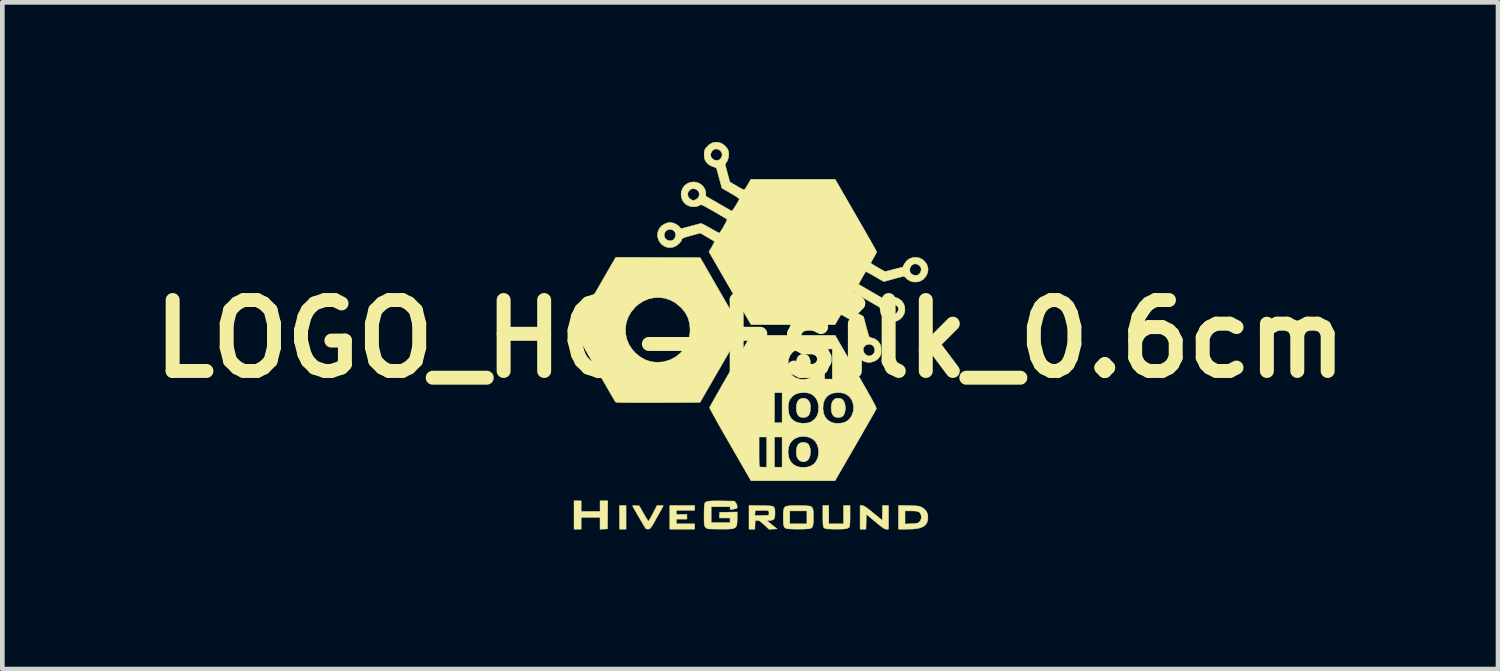
<source format=kicad_pcb>
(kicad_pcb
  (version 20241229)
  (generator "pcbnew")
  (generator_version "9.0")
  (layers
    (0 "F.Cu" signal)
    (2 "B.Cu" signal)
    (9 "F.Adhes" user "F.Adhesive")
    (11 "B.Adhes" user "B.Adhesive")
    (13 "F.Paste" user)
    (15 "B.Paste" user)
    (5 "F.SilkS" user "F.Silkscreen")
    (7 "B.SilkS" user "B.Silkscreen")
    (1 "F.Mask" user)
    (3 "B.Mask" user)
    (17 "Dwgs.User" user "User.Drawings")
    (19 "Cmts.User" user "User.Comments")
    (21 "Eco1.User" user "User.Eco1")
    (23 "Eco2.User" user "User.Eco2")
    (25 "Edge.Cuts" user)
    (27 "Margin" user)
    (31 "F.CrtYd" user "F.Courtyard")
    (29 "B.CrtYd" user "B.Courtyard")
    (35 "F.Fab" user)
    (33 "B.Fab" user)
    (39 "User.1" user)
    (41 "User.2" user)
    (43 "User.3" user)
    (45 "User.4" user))
  (footprint "LOGO_HG-Fsilk_0.6cm"
    (layer "F.Cu")
    (at 13.07 4.232)
    (property "Reference" "LOGO_HG-Fsilk_0.6cm" (at 0 0 0) (layer "F.SilkS") (effects (font (size 1.524 1.524) (thickness 0.3))))
    (attr through_hole)
    (fp_poly (pts (xy -2.667 4.089) (xy -2.807 4.089) (xy -2.807 3.581) (xy -2.667 3.581) (xy -2.667 4.089)) (stroke (width 0.01) (type solid)) (fill yes) (layer "F.SilkS"))
    (fp_poly (pts (xy -1.194 3.683) (xy -1.587 3.683) (xy -1.587 3.772) (xy -1.359 3.772) (xy -1.359 3.873) (xy -1.587 3.873) (xy -1.587 3.975) (xy -1.194 3.975) (xy -1.194 4.089) (xy -1.727 4.089) (xy -1.727 3.581) (xy -1.194 3.581) (xy -1.194 3.683)) (stroke (width 0.01) (type solid)) (fill yes) (layer "F.SilkS"))
    (fp_poly (pts (xy -3.632 3.708) (xy -3.226 3.708) (xy -3.226 3.48) (xy -3.06 3.48) (xy -3.064 3.781) (xy -3.067 4.083) (xy -3.226 4.091) (xy -3.226 3.835) (xy -3.632 3.835) (xy -3.632 4.089) (xy -3.785 4.089) (xy -3.785 3.48) (xy -3.632 3.48) (xy -3.632 3.708)) (stroke (width 0.01) (type solid)) (fill yes) (layer "F.SilkS"))
    (fp_poly (pts (xy 1.203 0.339) (xy 1.247 0.368) (xy 1.277 0.416) (xy 1.293 0.484) (xy 1.295 0.539) (xy 1.287 0.618) (xy 1.264 0.68) (xy 1.226 0.723) (xy 1.176 0.746) (xy 1.143 0.749) (xy 1.093 0.74) (xy 1.062 0.723) (xy 1.024 0.683) (xy 1.001 0.634) (xy 0.991 0.569) (xy 0.991 0.539) (xy 0.997 0.457) (xy 1.018 0.396) (xy 1.053 0.355) (xy 1.103 0.334) (xy 1.143 0.33) (xy 1.203 0.339)) (stroke (width 0.01) (type solid)) (fill yes) (layer "F.SilkS"))
    (fp_poly (pts (xy 1.203 2.232) (xy 1.247 2.26) (xy 1.277 2.308) (xy 1.293 2.376) (xy 1.295 2.431) (xy 1.287 2.51) (xy 1.264 2.572) (xy 1.226 2.615) (xy 1.176 2.638) (xy 1.143 2.642) (xy 1.093 2.632) (xy 1.062 2.615) (xy 1.024 2.575) (xy 1.001 2.526) (xy 0.991 2.461) (xy 0.991 2.431) (xy 0.997 2.35) (xy 1.018 2.288) (xy 1.053 2.248) (xy 1.103 2.226) (xy 1.143 2.223) (xy 1.203 2.232)) (stroke (width 0.01) (type solid)) (fill yes) (layer "F.SilkS"))
    (fp_poly (pts (xy 1.183 1.278) (xy 1.23 1.303) (xy 1.266 1.345) (xy 1.283 1.376) (xy 1.292 1.412) (xy 1.295 1.461) (xy 1.295 1.475) (xy 1.289 1.558) (xy 1.271 1.62) (xy 1.238 1.661) (xy 1.192 1.684) (xy 1.143 1.689) (xy 1.098 1.684) (xy 1.061 1.672) (xy 1.056 1.668) (xy 1.021 1.629) (xy 0.999 1.569) (xy 0.991 1.491) (xy 0.991 1.486) (xy 0.998 1.404) (xy 1.021 1.341) (xy 1.06 1.299) (xy 1.113 1.277) (xy 1.126 1.275) (xy 1.183 1.278)) (stroke (width 0.01) (type solid)) (fill yes) (layer "F.SilkS"))
    (fp_poly (pts (xy 1.922 1.277) (xy 1.967 1.293) (xy 1.984 1.304) (xy 2.016 1.348) (xy 2.037 1.405) (xy 2.045 1.471) (xy 2.042 1.538) (xy 2.027 1.599) (xy 2 1.648) (xy 1.977 1.67) (xy 1.94 1.684) (xy 1.892 1.689) (xy 1.843 1.683) (xy 1.806 1.669) (xy 1.805 1.668) (xy 1.77 1.629) (xy 1.748 1.568) (xy 1.74 1.486) (xy 1.74 1.475) (xy 1.748 1.397) (xy 1.773 1.336) (xy 1.815 1.294) (xy 1.829 1.286) (xy 1.872 1.275) (xy 1.922 1.277)) (stroke (width 0.01) (type solid)) (fill yes) (layer "F.SilkS"))
    (fp_poly (pts (xy 2.423 3.584) (xy 2.444 3.592) (xy 2.472 3.608) (xy 2.509 3.633) (xy 2.558 3.671) (xy 2.622 3.723) (xy 2.643 3.74) (xy 2.838 3.899) (xy 2.842 3.74) (xy 2.846 3.581) (xy 2.972 3.581) (xy 2.972 4.089) (xy 2.927 4.089) (xy 2.909 4.087) (xy 2.889 4.08) (xy 2.864 4.066) (xy 2.83 4.042) (xy 2.785 4.007) (xy 2.725 3.958) (xy 2.689 3.928) (xy 2.496 3.767) (xy 2.492 3.928) (xy 2.488 4.089) (xy 2.362 4.089) (xy 2.362 3.581) (xy 2.405 3.581) (xy 2.423 3.584)) (stroke (width 0.01) (type solid)) (fill yes) (layer "F.SilkS"))
    (fp_poly (pts (xy 1.689 3.975) (xy 2.007 3.975) (xy 2.007 3.581) (xy 2.146 3.581) (xy 2.146 3.798) (xy 2.146 3.871) (xy 2.144 3.937) (xy 2.141 3.99) (xy 2.137 4.025) (xy 2.134 4.038) (xy 2.118 4.057) (xy 2.092 4.07) (xy 2.051 4.08) (xy 1.994 4.086) (xy 1.917 4.088) (xy 1.849 4.088) (xy 1.78 4.087) (xy 1.718 4.085) (xy 1.67 4.084) (xy 1.639 4.081) (xy 1.632 4.08) (xy 1.608 4.073) (xy 1.591 4.063) (xy 1.578 4.046) (xy 1.57 4.019) (xy 1.565 3.979) (xy 1.563 3.921) (xy 1.562 3.843) (xy 1.562 3.808) (xy 1.562 3.581) (xy 1.689 3.581) (xy 1.689 3.975)) (stroke (width 0.01) (type solid)) (fill yes) (layer "F.SilkS"))
    (fp_poly (pts (xy 3.407 3.583) (xy 3.488 3.585) (xy 3.548 3.588) (xy 3.592 3.591) (xy 3.625 3.596) (xy 3.651 3.603) (xy 3.675 3.613) (xy 3.689 3.62) (xy 3.753 3.664) (xy 3.796 3.723) (xy 3.818 3.794) (xy 3.818 3.875) (xy 3.816 3.886) (xy 3.8 3.945) (xy 3.771 3.992) (xy 3.727 4.029) (xy 3.667 4.057) (xy 3.589 4.075) (xy 3.49 4.086) (xy 3.368 4.089) (xy 3.357 4.089) (xy 3.188 4.089) (xy 3.188 3.696) (xy 3.327 3.696) (xy 3.327 3.978) (xy 3.458 3.973) (xy 3.529 3.969) (xy 3.579 3.962) (xy 3.611 3.953) (xy 3.622 3.947) (xy 3.657 3.91) (xy 3.676 3.859) (xy 3.676 3.803) (xy 3.671 3.783) (xy 3.656 3.748) (xy 3.634 3.723) (xy 3.599 3.708) (xy 3.548 3.699) (xy 3.477 3.696) (xy 3.455 3.696) (xy 3.327 3.696) (xy 3.188 3.696) (xy 3.188 3.579) (xy 3.407 3.583)) (stroke (width 0.01) (type solid)) (fill yes) (layer "F.SilkS"))
    (fp_poly (pts (xy -1.897 3.582) (xy -1.872 3.585) (xy -1.867 3.587) (xy -1.873 3.599) (xy -1.89 3.63) (xy -1.915 3.676) (xy -1.948 3.735) (xy -1.986 3.803) (xy -2.005 3.837) (xy -2.05 3.917) (xy -2.085 3.978) (xy -2.112 4.021) (xy -2.132 4.051) (xy -2.147 4.07) (xy -2.161 4.08) (xy -2.174 4.085) (xy -2.187 4.087) (xy -2.222 4.085) (xy -2.244 4.075) (xy -2.244 4.074) (xy -2.255 4.058) (xy -2.276 4.024) (xy -2.304 3.977) (xy -2.337 3.92) (xy -2.373 3.859) (xy -2.411 3.795) (xy -2.446 3.733) (xy -2.478 3.678) (xy -2.503 3.633) (xy -2.521 3.601) (xy -2.527 3.588) (xy -2.527 3.588) (xy -2.516 3.584) (xy -2.486 3.583) (xy -2.455 3.584) (xy -2.383 3.588) (xy -2.289 3.756) (xy -2.256 3.814) (xy -2.226 3.862) (xy -2.203 3.897) (xy -2.188 3.916) (xy -2.184 3.918) (xy -2.175 3.905) (xy -2.156 3.873) (xy -2.13 3.827) (xy -2.1 3.772) (xy -2.087 3.746) (xy -2.001 3.581) (xy -1.934 3.581) (xy -1.897 3.582)) (stroke (width 0.01) (type solid)) (fill yes) (layer "F.SilkS"))
    (fp_poly (pts (xy 1.085 3.582) (xy 1.156 3.584) (xy 1.218 3.587) (xy 1.265 3.591) (xy 1.285 3.594) (xy 1.312 3.606) (xy 1.332 3.624) (xy 1.346 3.653) (xy 1.354 3.697) (xy 1.358 3.76) (xy 1.359 3.835) (xy 1.358 3.918) (xy 1.353 3.978) (xy 1.345 4.021) (xy 1.331 4.049) (xy 1.31 4.066) (xy 1.285 4.076) (xy 1.254 4.081) (xy 1.204 4.084) (xy 1.14 4.087) (xy 1.067 4.088) (xy 0.992 4.088) (xy 0.92 4.086) (xy 0.857 4.084) (xy 0.808 4.08) (xy 0.78 4.076) (xy 0.754 4.065) (xy 0.736 4.047) (xy 0.723 4.017) (xy 0.716 3.973) (xy 0.712 3.911) (xy 0.711 3.835) (xy 0.712 3.754) (xy 0.716 3.696) (xy 0.851 3.696) (xy 0.851 3.975) (xy 1.219 3.975) (xy 1.219 3.696) (xy 0.851 3.696) (xy 0.716 3.696) (xy 0.716 3.694) (xy 0.724 3.652) (xy 0.737 3.624) (xy 0.756 3.607) (xy 0.782 3.595) (xy 0.786 3.594) (xy 0.819 3.589) (xy 0.87 3.585) (xy 0.936 3.583) (xy 1.009 3.582) (xy 1.085 3.582)) (stroke (width 0.01) (type solid)) (fill yes) (layer "F.SilkS"))
    (fp_poly (pts (xy 0.23 3.584) (xy 0.316 3.585) (xy 0.381 3.587) (xy 0.428 3.589) (xy 0.46 3.592) (xy 0.481 3.596) (xy 0.494 3.603) (xy 0.504 3.611) (xy 0.509 3.618) (xy 0.522 3.64) (xy 0.53 3.67) (xy 0.533 3.715) (xy 0.533 3.748) (xy 0.53 3.813) (xy 0.52 3.857) (xy 0.499 3.883) (xy 0.465 3.896) (xy 0.425 3.899) (xy 0.392 3.901) (xy 0.371 3.906) (xy 0.369 3.908) (xy 0.379 3.92) (xy 0.404 3.943) (xy 0.441 3.974) (xy 0.474 4) (xy 0.578 4.083) (xy 0.492 4.087) (xy 0.405 4.091) (xy 0.301 3.995) (xy 0.254 3.952) (xy 0.22 3.924) (xy 0.196 3.909) (xy 0.175 3.902) (xy 0.153 3.902) (xy 0.152 3.902) (xy 0.108 3.905) (xy 0.104 3.997) (xy 0.1 4.089) (xy -0.025 4.089) (xy -0.025 3.798) (xy 0.1 3.798) (xy 0.25 3.795) (xy 0.4 3.791) (xy 0.404 3.744) (xy 0.404 3.719) (xy 0.398 3.702) (xy 0.381 3.691) (xy 0.35 3.685) (xy 0.301 3.684) (xy 0.231 3.686) (xy 0.229 3.686) (xy 0.108 3.689) (xy 0.104 3.744) (xy 0.1 3.798) (xy -0.025 3.798) (xy -0.025 3.579) (xy 0.23 3.584)) (stroke (width 0.01) (type solid)) (fill yes) (layer "F.SilkS"))
    (fp_poly (pts (xy -0.657 3.481) (xy -0.605 3.482) (xy -0.341 3.486) (xy -0.31 3.522) (xy -0.285 3.568) (xy -0.279 3.6) (xy -0.282 3.63) (xy -0.296 3.645) (xy -0.318 3.65) (xy -0.36 3.659) (xy -0.394 3.665) (xy -0.42 3.668) (xy -0.43 3.658) (xy -0.432 3.64) (xy -0.432 3.607) (xy -0.838 3.607) (xy -0.838 3.95) (xy -0.432 3.95) (xy -0.432 3.848) (xy -0.662 3.848) (xy -0.654 3.727) (xy -0.279 3.72) (xy -0.279 3.853) (xy -0.28 3.922) (xy -0.284 3.977) (xy -0.294 4.018) (xy -0.312 4.047) (xy -0.342 4.067) (xy -0.386 4.08) (xy -0.447 4.086) (xy -0.527 4.088) (xy -0.631 4.088) (xy -0.638 4.088) (xy -0.716 4.087) (xy -0.787 4.086) (xy -0.846 4.084) (xy -0.889 4.082) (xy -0.911 4.081) (xy -0.911 4.08) (xy -0.939 4.067) (xy -0.965 4.042) (xy -0.974 4.029) (xy -0.981 4.012) (xy -0.986 3.988) (xy -0.989 3.954) (xy -0.99 3.904) (xy -0.991 3.835) (xy -0.991 3.79) (xy -0.99 3.716) (xy -0.988 3.648) (xy -0.985 3.593) (xy -0.982 3.554) (xy -0.978 3.538) (xy -0.968 3.52) (xy -0.95 3.505) (xy -0.923 3.495) (xy -0.883 3.487) (xy -0.827 3.483) (xy -0.753 3.481) (xy -0.657 3.481)) (stroke (width 0.01) (type solid)) (fill yes) (layer "F.SilkS"))
    (fp_poly (pts (xy -1.074 -1.746) (xy -0.626 -0.969) (xy -0.178 -0.192) (xy -1.078 1.365) (xy -1.979 1.369) (xy -2.159 1.369) (xy -2.315 1.369) (xy -2.449 1.369) (xy -2.562 1.369) (xy -2.656 1.368) (xy -2.731 1.367) (xy -2.791 1.366) (xy -2.835 1.364) (xy -2.865 1.362) (xy -2.884 1.359) (xy -2.892 1.356) (xy -2.892 1.356) (xy -2.903 1.339) (xy -2.925 1.303) (xy -2.956 1.25) (xy -2.997 1.181) (xy -3.044 1.1) (xy -3.097 1.008) (xy -3.155 0.907) (xy -3.217 0.8) (xy -3.281 0.689) (xy -3.346 0.575) (xy -3.41 0.462) (xy -3.474 0.351) (xy -3.534 0.245) (xy -3.591 0.145) (xy -3.642 0.055) (xy -3.687 -0.025) (xy -3.724 -0.092) (xy -3.753 -0.143) (xy -3.771 -0.177) (xy -3.778 -0.19) (xy -3.778 -0.191) (xy -3.771 -0.205) (xy -3.759 -0.229) (xy -2.68 -0.229) (xy -2.676 -0.107) (xy -2.649 0.013) (xy -2.6 0.128) (xy -2.528 0.236) (xy -2.472 0.297) (xy -2.367 0.385) (xy -2.255 0.449) (xy -2.135 0.489) (xy -2.01 0.504) (xy -1.88 0.495) (xy -1.848 0.489) (xy -1.721 0.45) (xy -1.606 0.39) (xy -1.507 0.313) (xy -1.424 0.219) (xy -1.36 0.111) (xy -1.315 -0.008) (xy -1.293 -0.137) (xy -1.291 -0.197) (xy -1.301 -0.325) (xy -1.331 -0.44) (xy -1.384 -0.546) (xy -1.46 -0.646) (xy -1.493 -0.68) (xy -1.595 -0.766) (xy -1.706 -0.83) (xy -1.823 -0.871) (xy -1.944 -0.889) (xy -2.065 -0.885) (xy -2.185 -0.858) (xy -2.301 -0.809) (xy -2.409 -0.737) (xy -2.472 -0.681) (xy -2.558 -0.578) (xy -2.621 -0.467) (xy -2.662 -0.349) (xy -2.68 -0.229) (xy -3.759 -0.229) (xy -3.754 -0.239) (xy -3.725 -0.291) (xy -3.687 -0.36) (xy -3.64 -0.444) (xy -3.586 -0.54) (xy -3.525 -0.648) (xy -3.458 -0.765) (xy -3.386 -0.889) (xy -3.334 -0.981) (xy -2.889 -1.752) (xy -1.074 -1.746)) (stroke (width 0.01) (type solid)) (fill yes) (layer "F.SilkS"))
    (fp_poly (pts (xy 2.274 0.7) (xy 2.362 0.852) (xy 2.437 0.984) (xy 2.502 1.097) (xy 2.556 1.193) (xy 2.601 1.272) (xy 2.636 1.337) (xy 2.664 1.389) (xy 2.685 1.429) (xy 2.699 1.46) (xy 2.707 1.481) (xy 2.711 1.496) (xy 2.71 1.504) (xy 2.71 1.505) (xy 2.702 1.52) (xy 2.682 1.556) (xy 2.652 1.61) (xy 2.612 1.68) (xy 2.563 1.765) (xy 2.507 1.863) (xy 2.445 1.971) (xy 2.378 2.088) (xy 2.306 2.213) (xy 2.261 2.291) (xy 1.823 3.048) (xy 0.018 3.048) (xy -0.43 2.272) (xy -0.514 2.126) (xy -0.524 2.108) (xy 0.191 2.108) (xy 0.191 2.424) (xy 0.191 2.511) (xy 0.192 2.589) (xy 0.193 2.656) (xy 0.195 2.707) (xy 0.197 2.738) (xy 0.199 2.747) (xy 0.215 2.752) (xy 0.249 2.755) (xy 0.282 2.756) (xy 0.356 2.756) (xy 0.356 2.108) (xy 0.521 2.108) (xy 0.521 2.756) (xy 0.686 2.756) (xy 0.686 2.432) (xy 0.814 2.432) (xy 0.816 2.463) (xy 0.833 2.557) (xy 0.869 2.634) (xy 0.924 2.695) (xy 0.994 2.737) (xy 1.079 2.759) (xy 1.177 2.76) (xy 1.181 2.76) (xy 1.23 2.753) (xy 1.277 2.741) (xy 1.295 2.735) (xy 1.364 2.693) (xy 1.417 2.633) (xy 1.453 2.556) (xy 1.47 2.465) (xy 1.47 2.463) (xy 1.467 2.363) (xy 1.443 2.277) (xy 1.401 2.205) (xy 1.34 2.15) (xy 1.264 2.113) (xy 1.173 2.096) (xy 1.143 2.095) (xy 1.048 2.106) (xy 0.967 2.137) (xy 0.902 2.187) (xy 0.853 2.254) (xy 0.824 2.336) (xy 0.814 2.432) (xy 0.686 2.432) (xy 0.686 2.108) (xy 0.521 2.108) (xy 0.356 2.108) (xy 0.191 2.108) (xy -0.524 2.108) (xy -0.591 1.992) (xy -0.66 1.87) (xy -0.721 1.762) (xy -0.772 1.669) (xy -0.814 1.593) (xy -0.845 1.534) (xy -0.865 1.495) (xy -0.873 1.475) (xy -0.873 1.474) (xy -0.866 1.46) (xy -0.847 1.425) (xy -0.817 1.372) (xy -0.778 1.303) (xy -0.73 1.219) (xy -0.695 1.156) (xy 0.521 1.156) (xy 0.521 1.803) (xy 0.686 1.803) (xy 0.686 1.516) (xy 0.818 1.516) (xy 0.828 1.589) (xy 0.847 1.65) (xy 0.849 1.655) (xy 0.894 1.723) (xy 0.954 1.771) (xy 1.029 1.801) (xy 1.12 1.813) (xy 1.163 1.812) (xy 1.222 1.808) (xy 1.265 1.8) (xy 1.301 1.786) (xy 1.325 1.773) (xy 1.39 1.721) (xy 1.437 1.653) (xy 1.464 1.569) (xy 1.47 1.494) (xy 1.564 1.494) (xy 1.565 1.509) (xy 1.579 1.604) (xy 1.612 1.681) (xy 1.663 1.742) (xy 1.733 1.786) (xy 1.764 1.799) (xy 1.822 1.811) (xy 1.892 1.815) (xy 1.963 1.81) (xy 2.022 1.796) (xy 2.091 1.76) (xy 2.146 1.707) (xy 2.187 1.64) (xy 2.213 1.564) (xy 2.222 1.484) (xy 2.215 1.403) (xy 2.19 1.326) (xy 2.146 1.258) (xy 2.13 1.24) (xy 2.074 1.196) (xy 2.01 1.168) (xy 1.933 1.155) (xy 1.877 1.154) (xy 1.783 1.165) (xy 1.704 1.196) (xy 1.642 1.246) (xy 1.597 1.313) (xy 1.571 1.396) (xy 1.564 1.494) (xy 1.47 1.494) (xy 1.472 1.473) (xy 1.47 1.444) (xy 1.453 1.354) (xy 1.416 1.278) (xy 1.369 1.225) (xy 1.317 1.188) (xy 1.261 1.166) (xy 1.194 1.155) (xy 1.143 1.154) (xy 1.047 1.163) (xy 0.968 1.19) (xy 0.904 1.236) (xy 0.854 1.302) (xy 0.847 1.313) (xy 0.828 1.369) (xy 0.818 1.439) (xy 0.818 1.516) (xy 0.686 1.516) (xy 0.686 1.156) (xy 0.521 1.156) (xy -0.695 1.156) (xy -0.675 1.122) (xy -0.614 1.014) (xy -0.546 0.897) (xy -0.475 0.773) (xy -0.426 0.688) (xy -0.34 0.539) (xy 0.814 0.539) (xy 0.816 0.571) (xy 0.833 0.664) (xy 0.869 0.742) (xy 0.924 0.802) (xy 0.994 0.844) (xy 1.079 0.867) (xy 1.177 0.868) (xy 1.181 0.868) (xy 1.23 0.86) (xy 1.277 0.849) (xy 1.295 0.843) (xy 1.364 0.801) (xy 1.417 0.74) (xy 1.453 0.664) (xy 1.47 0.573) (xy 1.47 0.571) (xy 1.467 0.471) (xy 1.443 0.385) (xy 1.401 0.313) (xy 1.34 0.258) (xy 1.264 0.221) (xy 1.236 0.216) (xy 1.6 0.216) (xy 1.6 0.864) (xy 1.765 0.864) (xy 1.765 0.216) (xy 1.6 0.216) (xy 1.236 0.216) (xy 1.173 0.204) (xy 1.143 0.203) (xy 1.048 0.214) (xy 0.967 0.245) (xy 0.902 0.295) (xy 0.853 0.361) (xy 0.824 0.444) (xy 0.814 0.539) (xy -0.34 0.539) (xy 0.015 -0.076) (xy 1.826 -0.076) (xy 2.274 0.7)) (stroke (width 0.01) (type solid)) (fill yes) (layer "F.SilkS"))
    (fp_poly (pts (xy -0.653 -4.216) (xy -0.651 -4.215) (xy -0.594 -4.189) (xy -0.539 -4.146) (xy -0.494 -4.093) (xy -0.47 -4.045) (xy -0.459 -3.977) (xy -0.465 -3.903) (xy -0.487 -3.834) (xy -0.504 -3.804) (xy -0.54 -3.753) (xy -0.489 -3.563) (xy -0.438 -3.373) (xy -0.292 -3.287) (xy -0.237 -3.255) (xy -0.189 -3.228) (xy -0.153 -3.21) (xy -0.133 -3.201) (xy -0.131 -3.201) (xy -0.119 -3.211) (xy -0.098 -3.239) (xy -0.071 -3.28) (xy -0.051 -3.315) (xy 0.015 -3.429) (xy 0.92 -3.429) (xy 1.826 -3.429) (xy 2.272 -2.656) (xy 2.346 -2.528) (xy 2.416 -2.406) (xy 2.482 -2.291) (xy 2.541 -2.187) (xy 2.594 -2.095) (xy 2.638 -2.016) (xy 2.674 -1.952) (xy 2.7 -1.905) (xy 2.715 -1.877) (xy 2.718 -1.87) (xy 2.712 -1.854) (xy 2.696 -1.821) (xy 2.672 -1.777) (xy 2.654 -1.746) (xy 2.627 -1.699) (xy 2.606 -1.66) (xy 2.593 -1.635) (xy 2.591 -1.628) (xy 2.601 -1.619) (xy 2.63 -1.6) (xy 2.673 -1.574) (xy 2.726 -1.543) (xy 2.744 -1.532) (xy 2.898 -1.445) (xy 3.034 -1.48) (xy 3.428 -1.48) (xy 3.438 -1.43) (xy 3.442 -1.422) (xy 3.473 -1.389) (xy 3.517 -1.369) (xy 3.567 -1.364) (xy 3.612 -1.376) (xy 3.629 -1.387) (xy 3.655 -1.422) (xy 3.672 -1.468) (xy 3.674 -1.513) (xy 3.674 -1.515) (xy 3.655 -1.556) (xy 3.618 -1.589) (xy 3.573 -1.61) (xy 3.548 -1.613) (xy 3.5 -1.602) (xy 3.462 -1.572) (xy 3.437 -1.529) (xy 3.428 -1.48) (xy 3.034 -1.48) (xy 3.089 -1.494) (xy 3.279 -1.543) (xy 3.308 -1.6) (xy 3.356 -1.671) (xy 3.416 -1.719) (xy 3.489 -1.746) (xy 3.556 -1.753) (xy 3.632 -1.741) (xy 3.701 -1.708) (xy 3.757 -1.657) (xy 3.799 -1.594) (xy 3.82 -1.521) (xy 3.823 -1.487) (xy 3.811 -1.415) (xy 3.778 -1.347) (xy 3.728 -1.288) (xy 3.666 -1.246) (xy 3.594 -1.224) (xy 3.518 -1.222) (xy 3.444 -1.241) (xy 3.38 -1.278) (xy 3.348 -1.309) (xy 3.324 -1.333) (xy 3.307 -1.346) (xy 3.304 -1.346) (xy 3.288 -1.343) (xy 3.253 -1.334) (xy 3.201 -1.321) (xy 3.137 -1.304) (xy 3.082 -1.289) (xy 2.872 -1.231) (xy 2.68 -1.341) (xy 2.618 -1.377) (xy 2.563 -1.407) (xy 2.52 -1.43) (xy 2.493 -1.444) (xy 2.484 -1.447) (xy 2.475 -1.434) (xy 2.458 -1.404) (xy 2.434 -1.364) (xy 2.408 -1.318) (xy 2.381 -1.271) (xy 2.357 -1.228) (xy 2.339 -1.194) (xy 2.329 -1.176) (xy 2.328 -1.173) (xy 2.339 -1.167) (xy 2.369 -1.149) (xy 2.416 -1.122) (xy 2.475 -1.087) (xy 2.545 -1.047) (xy 2.608 -1.01) (xy 2.885 -0.85) (xy 2.939 -0.876) (xy 3.015 -0.899) (xy 3.095 -0.898) (xy 3.176 -0.873) (xy 3.189 -0.866) (xy 3.251 -0.821) (xy 3.296 -0.76) (xy 3.321 -0.689) (xy 3.326 -0.613) (xy 3.309 -0.538) (xy 3.308 -0.536) (xy 3.268 -0.468) (xy 3.215 -0.418) (xy 3.153 -0.385) (xy 3.086 -0.37) (xy 3.018 -0.372) (xy 2.953 -0.39) (xy 2.894 -0.424) (xy 2.845 -0.473) (xy 2.811 -0.537) (xy 2.796 -0.604) (xy 2.793 -0.627) (xy 2.935 -0.627) (xy 2.945 -0.581) (xy 2.956 -0.564) (xy 3.001 -0.525) (xy 3.05 -0.509) (xy 3.099 -0.518) (xy 3.137 -0.543) (xy 3.172 -0.589) (xy 3.183 -0.625) (xy 3.186 -0.656) (xy 3.178 -0.68) (xy 3.156 -0.707) (xy 3.146 -0.717) (xy 3.102 -0.751) (xy 3.059 -0.762) (xy 3.01 -0.75) (xy 3.003 -0.747) (xy 2.966 -0.718) (xy 2.943 -0.675) (xy 2.935 -0.627) (xy 2.793 -0.627) (xy 2.788 -0.677) (xy 2.559 -0.809) (xy 2.487 -0.851) (xy 2.418 -0.891) (xy 2.358 -0.926) (xy 2.311 -0.953) (xy 2.281 -0.97) (xy 2.278 -0.972) (xy 2.225 -1.003) (xy 2.141 -0.857) (xy 2.11 -0.803) (xy 2.084 -0.756) (xy 2.066 -0.721) (xy 2.058 -0.703) (xy 2.058 -0.702) (xy 2.068 -0.693) (xy 2.098 -0.674) (xy 2.142 -0.647) (xy 2.197 -0.614) (xy 2.246 -0.586) (xy 2.435 -0.48) (xy 2.489 -0.275) (xy 2.508 -0.205) (xy 2.526 -0.143) (xy 2.54 -0.093) (xy 2.55 -0.06) (xy 2.554 -0.049) (xy 2.573 -0.034) (xy 2.605 -0.022) (xy 2.613 -0.021) (xy 2.685 0.003) (xy 2.746 0.05) (xy 2.778 0.091) (xy 2.796 0.122) (xy 2.807 0.152) (xy 2.812 0.19) (xy 2.813 0.241) (xy 2.812 0.295) (xy 2.807 0.332) (xy 2.796 0.362) (xy 2.779 0.39) (xy 2.729 0.444) (xy 2.664 0.483) (xy 2.59 0.503) (xy 2.514 0.504) (xy 2.445 0.484) (xy 2.387 0.447) (xy 2.337 0.394) (xy 2.302 0.334) (xy 2.299 0.324) (xy 2.287 0.255) (xy 2.288 0.24) (xy 2.428 0.24) (xy 2.442 0.288) (xy 2.469 0.325) (xy 2.513 0.359) (xy 2.558 0.368) (xy 2.608 0.353) (xy 2.614 0.35) (xy 2.654 0.318) (xy 2.675 0.276) (xy 2.678 0.229) (xy 2.666 0.184) (xy 2.639 0.147) (xy 2.599 0.122) (xy 2.557 0.115) (xy 2.502 0.125) (xy 2.46 0.153) (xy 2.435 0.193) (xy 2.428 0.24) (xy 2.288 0.24) (xy 2.293 0.182) (xy 2.315 0.114) (xy 2.328 0.09) (xy 2.348 0.057) (xy 2.36 0.03) (xy 2.362 0.022) (xy 2.359 0.005) (xy 2.35 -0.032) (xy 2.336 -0.084) (xy 2.32 -0.146) (xy 2.313 -0.17) (xy 2.265 -0.346) (xy 2.115 -0.434) (xy 2.06 -0.465) (xy 2.012 -0.492) (xy 1.976 -0.511) (xy 1.957 -0.52) (xy 1.955 -0.521) (xy 1.945 -0.51) (xy 1.926 -0.482) (xy 1.902 -0.442) (xy 1.885 -0.413) (xy 1.824 -0.305) (xy 0.019 -0.305) (xy -0.434 -1.088) (xy -0.886 -1.871) (xy -0.823 -1.978) (xy -0.797 -2.025) (xy -0.778 -2.063) (xy -0.77 -2.089) (xy -0.77 -2.096) (xy -0.785 -2.106) (xy -0.817 -2.125) (xy -0.862 -2.152) (xy -0.916 -2.184) (xy -0.926 -2.19) (xy -1.071 -2.274) (xy -1.262 -2.222) (xy -1.34 -2.201) (xy -1.396 -2.184) (xy -1.434 -2.169) (xy -1.457 -2.156) (xy -1.469 -2.142) (xy -1.473 -2.126) (xy -1.473 -2.124) (xy -1.481 -2.106) (xy -1.502 -2.078) (xy -1.526 -2.051) (xy -1.589 -1.999) (xy -1.659 -1.969) (xy -1.732 -1.961) (xy -1.803 -1.973) (xy -1.87 -2.005) (xy -1.926 -2.056) (xy -1.96 -2.109) (xy -1.988 -2.189) (xy -1.989 -2.219) (xy -1.848 -2.219) (xy -1.842 -2.193) (xy -1.814 -2.145) (xy -1.77 -2.117) (xy -1.719 -2.108) (xy -1.679 -2.112) (xy -1.651 -2.128) (xy -1.633 -2.147) (xy -1.606 -2.195) (xy -1.6 -2.243) (xy -1.613 -2.288) (xy -1.64 -2.324) (xy -1.679 -2.348) (xy -1.727 -2.355) (xy -1.772 -2.344) (xy -1.815 -2.314) (xy -1.841 -2.27) (xy -1.848 -2.219) (xy -1.989 -2.219) (xy -1.991 -2.266) (xy -1.968 -2.342) (xy -1.933 -2.398) (xy -1.893 -2.437) (xy -1.837 -2.47) (xy -1.775 -2.494) (xy -1.72 -2.502) (xy -1.667 -2.493) (xy -1.608 -2.471) (xy -1.554 -2.439) (xy -1.516 -2.404) (xy -1.515 -2.402) (xy -1.488 -2.366) (xy -1.28 -2.422) (xy -1.211 -2.441) (xy -1.148 -2.457) (xy -1.098 -2.47) (xy -1.065 -2.478) (xy -1.054 -2.48) (xy -1.037 -2.474) (xy -1.002 -2.458) (xy -0.954 -2.433) (xy -0.896 -2.401) (xy -0.855 -2.377) (xy -0.793 -2.342) (xy -0.74 -2.312) (xy -0.697 -2.29) (xy -0.67 -2.276) (xy -0.662 -2.273) (xy -0.652 -2.284) (xy -0.632 -2.312) (xy -0.605 -2.355) (xy -0.574 -2.407) (xy -0.568 -2.419) (xy -0.531 -2.486) (xy -0.507 -2.534) (xy -0.497 -2.563) (xy -0.499 -2.575) (xy -0.514 -2.584) (xy -0.548 -2.603) (xy -0.597 -2.632) (xy -0.658 -2.668) (xy -0.729 -2.709) (xy -0.781 -2.739) (xy -0.865 -2.787) (xy -0.93 -2.824) (xy -0.978 -2.851) (xy -1.013 -2.868) (xy -1.038 -2.878) (xy -1.055 -2.882) (xy -1.067 -2.88) (xy -1.075 -2.876) (xy -1.139 -2.848) (xy -1.212 -2.838) (xy -1.28 -2.844) (xy -1.354 -2.873) (xy -1.411 -2.917) (xy -1.452 -2.973) (xy -1.476 -3.036) (xy -1.485 -3.104) (xy -1.482 -3.13) (xy -1.341 -3.13) (xy -1.339 -3.076) (xy -1.315 -3.029) (xy -1.27 -2.994) (xy -1.24 -2.979) (xy -1.223 -2.974) (xy -1.206 -2.977) (xy -1.178 -2.989) (xy -1.176 -2.99) (xy -1.129 -3.02) (xy -1.101 -3.062) (xy -1.092 -3.108) (xy -1.103 -3.154) (xy -1.132 -3.194) (xy -1.172 -3.219) (xy -1.224 -3.229) (xy -1.273 -3.217) (xy -1.313 -3.187) (xy -1.338 -3.142) (xy -1.341 -3.13) (xy -1.482 -3.13) (xy -1.477 -3.171) (xy -1.452 -3.235) (xy -1.412 -3.291) (xy -1.355 -3.336) (xy -1.283 -3.365) (xy -1.275 -3.367) (xy -1.198 -3.373) (xy -1.125 -3.357) (xy -1.06 -3.322) (xy -1.008 -3.273) (xy -0.97 -3.211) (xy -0.953 -3.14) (xy -0.953 -3.121) (xy -0.953 -3.066) (xy -0.678 -2.908) (xy -0.602 -2.864) (xy -0.533 -2.825) (xy -0.475 -2.792) (xy -0.43 -2.766) (xy -0.402 -2.75) (xy -0.393 -2.746) (xy -0.384 -2.754) (xy -0.365 -2.78) (xy -0.34 -2.818) (xy -0.312 -2.862) (xy -0.284 -2.908) (xy -0.259 -2.951) (xy -0.241 -2.986) (xy -0.234 -3.001) (xy -0.237 -3.012) (xy -0.255 -3.028) (xy -0.289 -3.052) (xy -0.341 -3.085) (xy -0.413 -3.127) (xy -0.417 -3.13) (xy -0.607 -3.239) (xy -0.647 -3.388) (xy -0.665 -3.455) (xy -0.683 -3.52) (xy -0.698 -3.576) (xy -0.707 -3.609) (xy -0.72 -3.651) (xy -0.732 -3.674) (xy -0.75 -3.686) (xy -0.767 -3.69) (xy -0.826 -3.71) (xy -0.883 -3.741) (xy -0.922 -3.774) (xy -0.962 -3.827) (xy -0.983 -3.884) (xy -0.989 -3.952) (xy -0.989 -3.954) (xy -0.851 -3.954) (xy -0.84 -3.906) (xy -0.811 -3.869) (xy -0.77 -3.844) (xy -0.723 -3.834) (xy -0.677 -3.843) (xy -0.641 -3.866) (xy -0.609 -3.913) (xy -0.601 -3.963) (xy -0.614 -4.009) (xy -0.647 -4.05) (xy -0.693 -4.076) (xy -0.744 -4.082) (xy -0.753 -4.08) (xy -0.794 -4.061) (xy -0.827 -4.024) (xy -0.848 -3.979) (xy -0.851 -3.954) (xy -0.989 -3.954) (xy -0.988 -3.976) (xy -0.984 -4.027) (xy -0.975 -4.063) (xy -0.958 -4.093) (xy -0.945 -4.111) (xy -0.881 -4.174) (xy -0.811 -4.213) (xy -0.734 -4.227) (xy -0.653 -4.216)) (stroke (width 0.01) (type solid)) (fill yes) (layer "F.SilkS")))
  (gr_rect
    (start -3 -3)
    (end 29.14 11.327)
    (stroke (width 0.1) (type default))
    (fill no)
    (layer "Edge.Cuts")))
</source>
